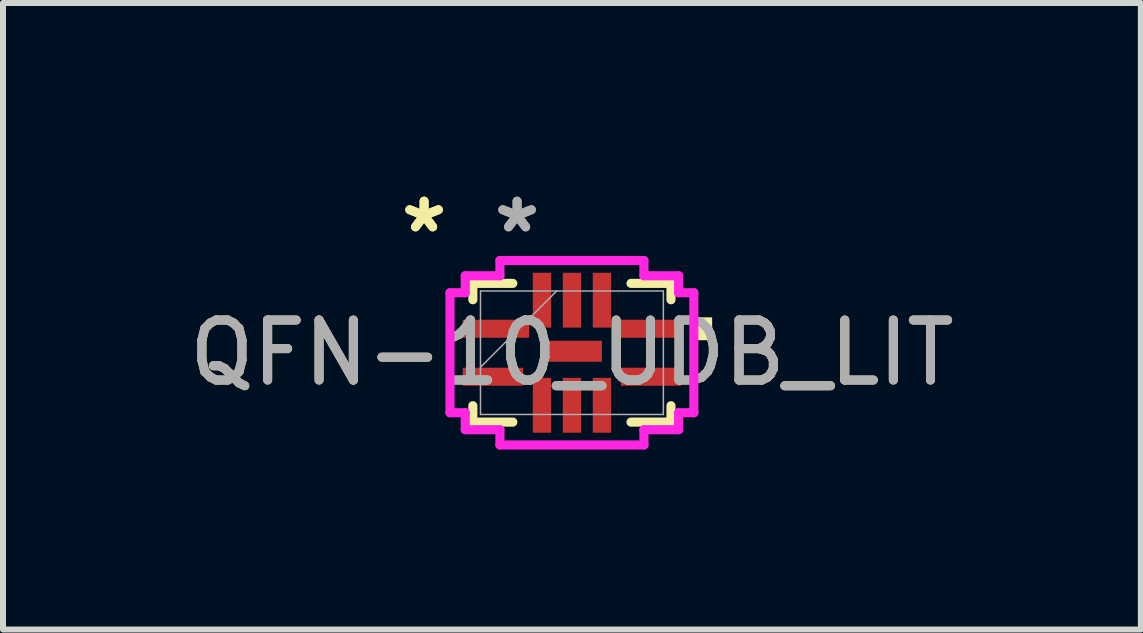
<source format=kicad_pcb>
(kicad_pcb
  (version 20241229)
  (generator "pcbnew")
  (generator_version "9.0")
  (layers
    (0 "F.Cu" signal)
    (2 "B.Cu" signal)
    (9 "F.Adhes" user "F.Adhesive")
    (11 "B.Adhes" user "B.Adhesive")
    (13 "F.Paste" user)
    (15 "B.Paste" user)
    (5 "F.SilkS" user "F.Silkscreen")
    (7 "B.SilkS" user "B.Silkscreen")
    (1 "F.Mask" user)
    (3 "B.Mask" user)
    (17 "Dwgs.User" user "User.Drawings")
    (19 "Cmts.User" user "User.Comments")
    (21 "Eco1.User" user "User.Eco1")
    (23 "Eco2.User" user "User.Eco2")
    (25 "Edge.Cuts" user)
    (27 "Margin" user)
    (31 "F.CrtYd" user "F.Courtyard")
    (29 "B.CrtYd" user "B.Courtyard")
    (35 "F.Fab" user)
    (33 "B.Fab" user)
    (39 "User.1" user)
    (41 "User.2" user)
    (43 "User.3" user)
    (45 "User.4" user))
  (footprint "QFN-10_UDB_LIT"
    (layer "F.Cu")
    (at 6.482 2.829)
    (property "Reference" "QFN-10_UDB_LIT" (at 0 0 0) (unlocked yes) (layer "F.SilkS") (effects (font (size 1 1) (thickness 0.15))))
    (attr smd)
    (fp_line (start -1.651 -1.156) (end -1.651 -0.883) (stroke (width 0.152) (type solid)) (layer "F.SilkS"))
    (fp_line (start -1.651 1.156) (end -1.651 0.883) (stroke (width 0.152) (type solid)) (layer "F.SilkS"))
    (fp_line (start -0.985 -1.156) (end -1.651 -1.156) (stroke (width 0.152) (type solid)) (layer "F.SilkS"))
    (fp_line (start -0.985 1.156) (end -1.651 1.156) (stroke (width 0.152) (type solid)) (layer "F.SilkS"))
    (fp_line (start 0.985 1.156) (end 1.651 1.156) (stroke (width 0.152) (type solid)) (layer "F.SilkS"))
    (fp_line (start 1.651 -1.156) (end 0.985 -1.156) (stroke (width 0.152) (type solid)) (layer "F.SilkS"))
    (fp_line (start 1.651 -0.883) (end 1.651 -1.156) (stroke (width 0.152) (type solid)) (layer "F.SilkS"))
    (fp_line (start 1.651 1.156) (end 1.651 0.883) (stroke (width 0.152) (type solid)) (layer "F.SilkS"))
    (fp_poly (pts (xy 2.337 -0.59) (xy 2.337 -0.209) (xy 2.083 -0.209) (xy 2.083 -0.59)) (stroke (width 0) (type solid)) (fill yes) (layer "F.SilkS"))
    (fp_line (start -2.032 -1) (end -1.778 -1) (stroke (width 0.152) (type solid)) (layer "F.CrtYd"))
    (fp_line (start -2.032 1) (end -2.032 -1) (stroke (width 0.152) (type solid)) (layer "F.CrtYd"))
    (fp_line (start -1.778 -1.283) (end -1.2 -1.283) (stroke (width 0.152) (type solid)) (layer "F.CrtYd"))
    (fp_line (start -1.778 -1) (end -1.778 -1.283) (stroke (width 0.152) (type solid)) (layer "F.CrtYd"))
    (fp_line (start -1.778 1) (end -2.032 1) (stroke (width 0.152) (type solid)) (layer "F.CrtYd"))
    (fp_line (start -1.778 1.283) (end -1.778 1) (stroke (width 0.152) (type solid)) (layer "F.CrtYd"))
    (fp_line (start -1.2 -1.537) (end 1.2 -1.537) (stroke (width 0.152) (type solid)) (layer "F.CrtYd"))
    (fp_line (start -1.2 -1.283) (end -1.2 -1.537) (stroke (width 0.152) (type solid)) (layer "F.CrtYd"))
    (fp_line (start -1.2 1.283) (end -1.778 1.283) (stroke (width 0.152) (type solid)) (layer "F.CrtYd"))
    (fp_line (start -1.2 1.537) (end -1.2 1.283) (stroke (width 0.152) (type solid)) (layer "F.CrtYd"))
    (fp_line (start 1.2 -1.537) (end 1.2 -1.283) (stroke (width 0.152) (type solid)) (layer "F.CrtYd"))
    (fp_line (start 1.2 -1.283) (end 1.778 -1.283) (stroke (width 0.152) (type solid)) (layer "F.CrtYd"))
    (fp_line (start 1.2 1.283) (end 1.2 1.537) (stroke (width 0.152) (type solid)) (layer "F.CrtYd"))
    (fp_line (start 1.2 1.537) (end -1.2 1.537) (stroke (width 0.152) (type solid)) (layer "F.CrtYd"))
    (fp_line (start 1.778 -1.283) (end 1.778 -1) (stroke (width 0.152) (type solid)) (layer "F.CrtYd"))
    (fp_line (start 1.778 -1) (end 2.032 -1) (stroke (width 0.152) (type solid)) (layer "F.CrtYd"))
    (fp_line (start 1.778 1) (end 1.778 1.283) (stroke (width 0.152) (type solid)) (layer "F.CrtYd"))
    (fp_line (start 1.778 1.283) (end 1.2 1.283) (stroke (width 0.152) (type solid)) (layer "F.CrtYd"))
    (fp_line (start 2.032 -1) (end 2.032 1) (stroke (width 0.152) (type solid)) (layer "F.CrtYd"))
    (fp_line (start 2.032 1) (end 1.778 1) (stroke (width 0.152) (type solid)) (layer "F.CrtYd"))
    (fp_line (start -1.524 -1.029) (end -1.524 1.029) (stroke (width 0.025) (type solid)) (layer "F.Fab"))
    (fp_line (start -1.524 0.241) (end -0.254 -1.029) (stroke (width 0.025) (type solid)) (layer "F.Fab"))
    (fp_line (start -1.524 1.029) (end 1.524 1.029) (stroke (width 0.025) (type solid)) (layer "F.Fab"))
    (fp_line (start 1.524 -1.029) (end -1.524 -1.029) (stroke (width 0.025) (type solid)) (layer "F.Fab"))
    (fp_line (start 1.524 1.029) (end 1.524 -1.029) (stroke (width 0.025) (type solid)) (layer "F.Fab"))
    (fp_text user "*" (at -2.464 -1.981 0) (unlocked yes) (layer "F.SilkS") (effects (font (size 1 1) (thickness 0.15))))
    (fp_text user "*" (at -2.464 -1.981 0) (layer "F.SilkS") (effects (font (size 1 1) (thickness 0.15))))
    (fp_text user "${REFERENCE}" (at 0 0 0) (unlocked yes) (layer "F.Fab") (effects (font (size 1 1) (thickness 0.15))))
    (fp_text user "*" (at -0.914 -1.981 0) (unlocked yes) (layer "F.Fab") (effects (font (size 1 1) (thickness 0.15))))
    (fp_text user "*" (at -0.914 -1.981 0) (layer "F.Fab") (effects (font (size 1 1) (thickness 0.15))))
    (pad "1" smd rect (at -1.267 -0.4 90) (size 0.3 1.105) (layers "F.Cu" "F.Mask" "F.Paste"))
    (pad "2" smd rect (at -1.317 0.4 90) (size 0.3 1.005) (layers "F.Cu" "F.Mask" "F.Paste"))
    (pad "3" smd rect (at -0.5 0.876) (size 0.305 0.914) (layers "F.Cu" "F.Mask" "F.Paste"))
    (pad "4" smd rect (at 0 0.876) (size 0.305 0.914) (layers "F.Cu" "F.Mask" "F.Paste"))
    (pad "5" smd rect (at 0.5 0.876) (size 0.305 0.914) (layers "F.Cu" "F.Mask" "F.Paste"))
    (pad "6" smd rect (at 1.317 0.4 90) (size 0.3 1.005) (layers "F.Cu" "F.Mask" "F.Paste"))
    (pad "7" smd rect (at 1.317 -0.4 90) (size 0.3 1.005) (layers "F.Cu" "F.Mask" "F.Paste"))
    (pad "8" smd rect (at 0.5 -0.876) (size 0.305 0.914) (layers "F.Cu" "F.Mask" "F.Paste"))
    (pad "9" smd rect (at 0 -0.876) (size 0.305 0.914) (layers "F.Cu" "F.Mask" "F.Paste"))
    (pad "10" smd rect (at -0.5 -0.876) (size 0.305 0.914) (layers "F.Cu" "F.Mask" "F.Paste"))
    (pad "11" smd rect (at 0 -0.025 90) (size 0.35 1) (layers "F.Cu" "F.Mask" "F.Paste")))
  (gr_rect
    (start -3 -3)
    (end 15.964 7.442)
    (stroke (width 0.1) (type default))
    (fill no)
    (layer "Edge.Cuts")))
</source>
